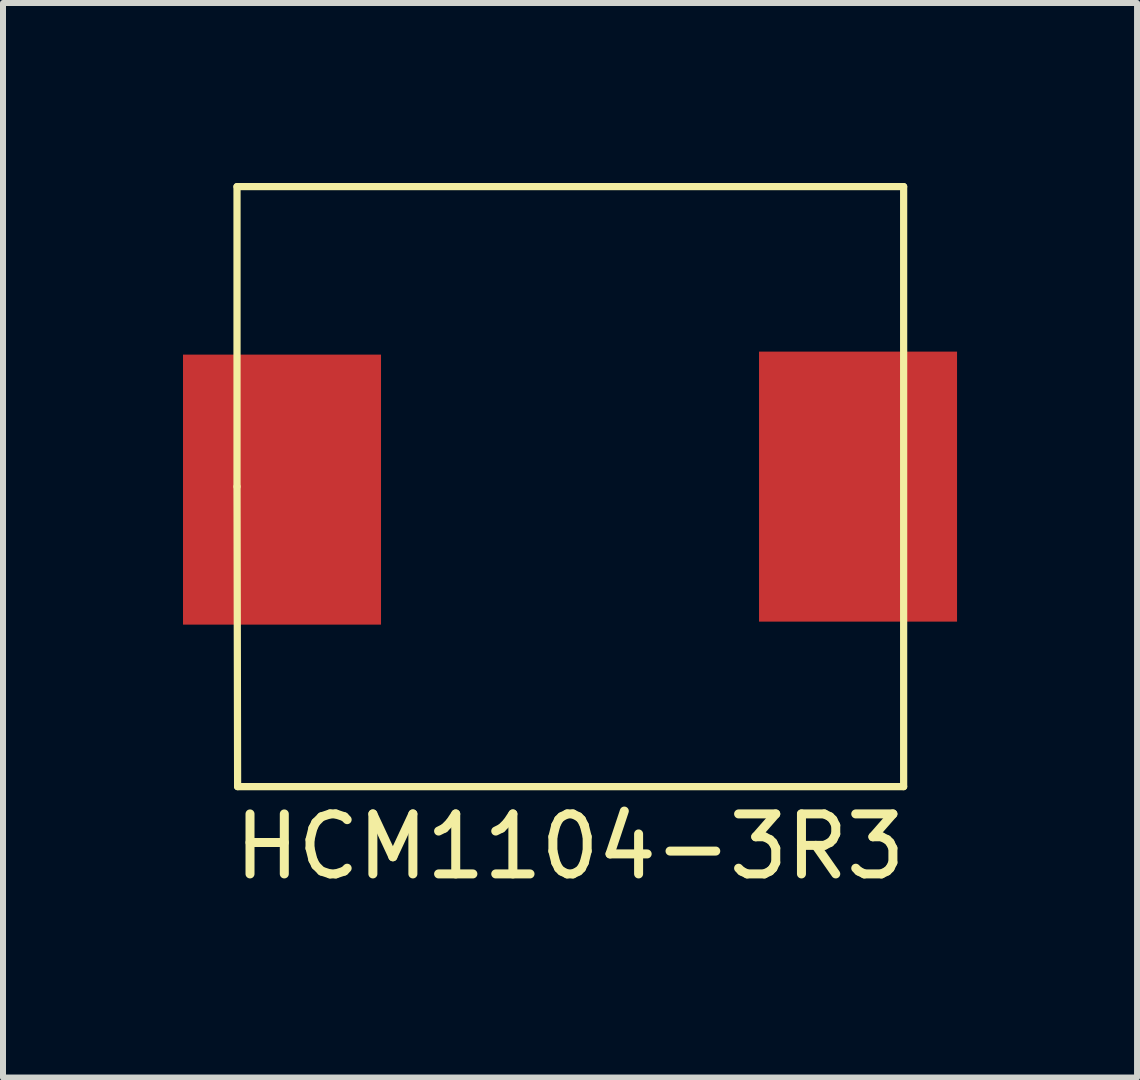
<source format=kicad_pcb>
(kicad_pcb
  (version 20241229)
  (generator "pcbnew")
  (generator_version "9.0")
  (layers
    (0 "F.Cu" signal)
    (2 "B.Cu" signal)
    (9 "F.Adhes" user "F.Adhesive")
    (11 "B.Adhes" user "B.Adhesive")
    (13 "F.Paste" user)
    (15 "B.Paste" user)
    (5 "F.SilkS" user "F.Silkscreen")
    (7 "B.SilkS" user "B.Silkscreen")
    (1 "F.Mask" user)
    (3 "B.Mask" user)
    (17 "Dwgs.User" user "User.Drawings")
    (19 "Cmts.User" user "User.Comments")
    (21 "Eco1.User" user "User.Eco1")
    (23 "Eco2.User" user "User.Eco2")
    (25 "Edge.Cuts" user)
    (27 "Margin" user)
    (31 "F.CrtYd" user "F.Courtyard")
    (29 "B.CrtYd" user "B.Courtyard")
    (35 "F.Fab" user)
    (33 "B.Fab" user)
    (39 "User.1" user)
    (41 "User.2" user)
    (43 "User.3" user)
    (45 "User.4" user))
  (footprint "HCM1104-3R3"
    (layer "F.Cu")
    (at 6.45 5.06)
    (property "Reference" "HCM1104-3R3" (at 0 6 0) (layer "F.SilkS") (effects (font (size 1 1) (thickness 0.15))))
    (attr through_hole)
    (fp_line (start -5.55 -5) (end 5.56 -5) (stroke (width 0.12) (type solid)) (layer "F.SilkS"))
    (fp_line (start -5.55 0) (end -5.55 -5) (stroke (width 0.12) (type solid)) (layer "F.SilkS"))
    (fp_line (start -5.54 5) (end -5.55 0) (stroke (width 0.12) (type solid)) (layer "F.SilkS"))
    (fp_line (start 5.56 -5) (end 5.56 5) (stroke (width 0.12) (type solid)) (layer "F.SilkS"))
    (fp_line (start 5.56 5) (end -5.54 5) (stroke (width 0.12) (type solid)) (layer "F.SilkS"))
    (pad "1" smd rect (at -4.8 0.05) (size 3.3 4.5) (layers "F.Cu" "F.Mask" "F.Paste"))
    (pad "2" smd rect (at 4.8 0) (size 3.3 4.5) (layers "F.Cu" "F.Mask" "F.Paste")))
  (gr_rect
    (start -3 -3)
    (end 15.9 14.908)
    (stroke (width 0.1) (type default))
    (fill no)
    (layer "Edge.Cuts")))
</source>
